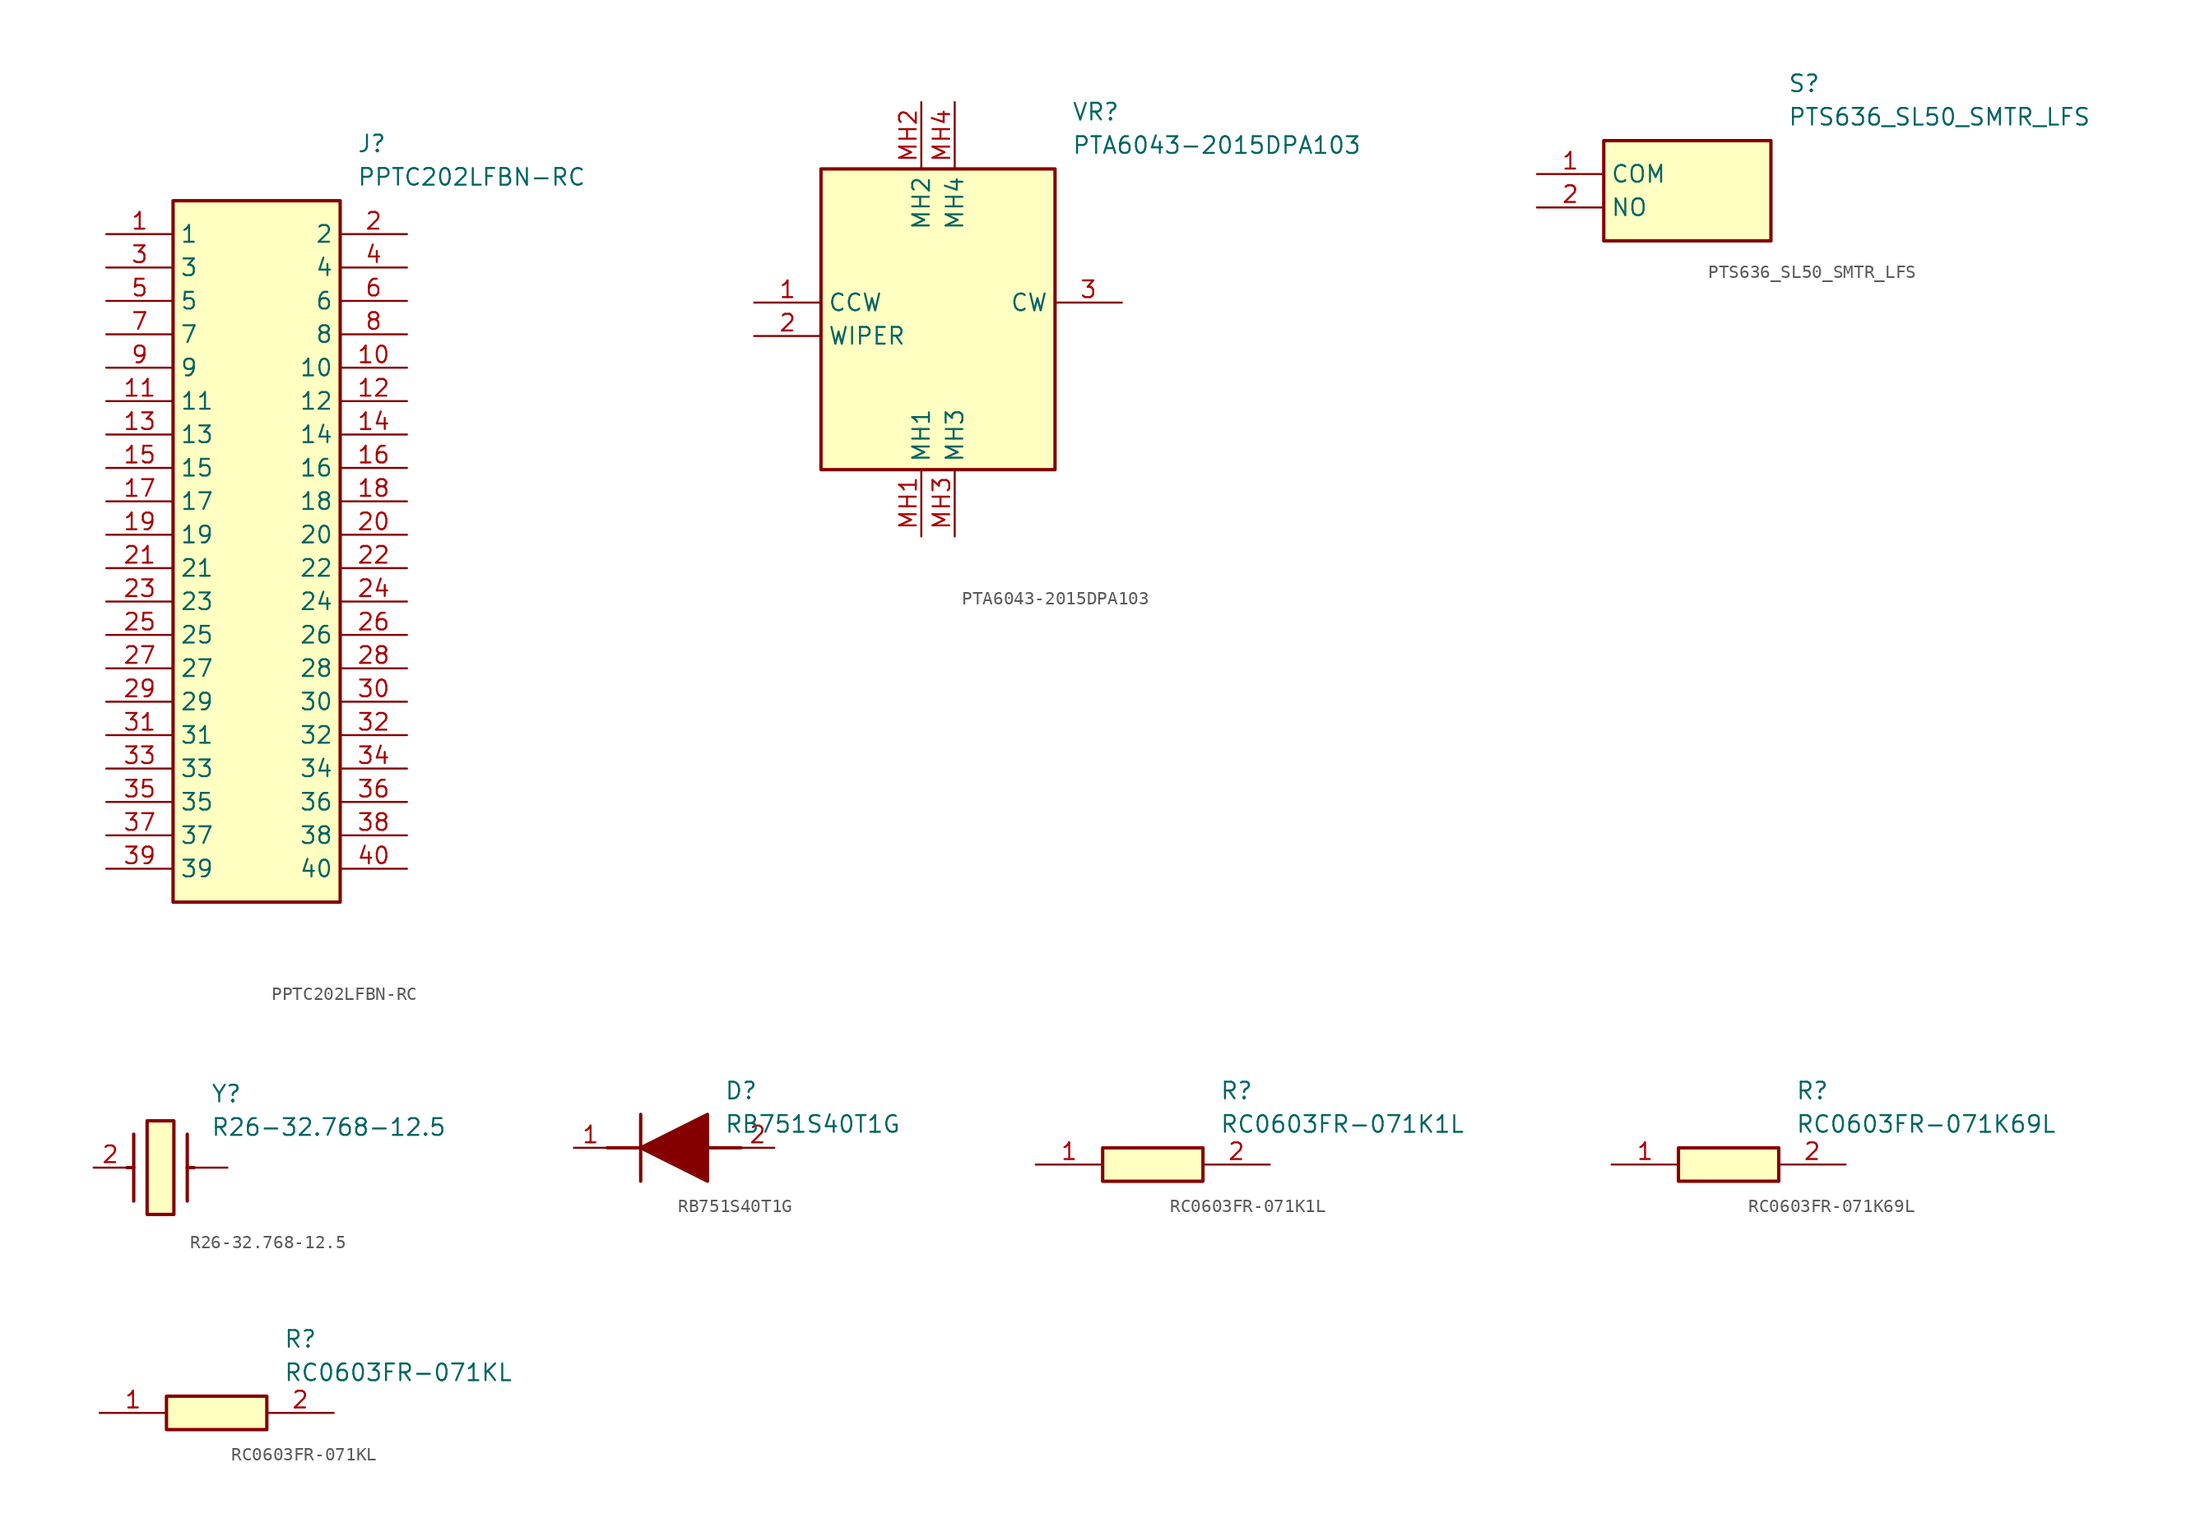
<source format=kicad_sym>
(kicad_symbol_lib
  (version 20231120)
  (generator "kicad_symbol_editor")
  (generator_version "8.0")
  (symbol "PPTC202LFBN-RC"
    (property "Reference" "J"
      (at 19.05 7.62 0)
      (effects (font (size 1.27 1.27)) (justify left top)))
    (property "Value" "PPTC202LFBN-RC"
      (at 19.05 5.08 0)
      (effects (font (size 1.27 1.27)) (justify left top)))
    (symbol "PPTC202LFBN-RC_1_1"
      (rectangle (start 5.08 2.54) (end 17.78 -50.8) (stroke (width 0.254) (type default)) (fill (type background)))
      (pin passive line (at 0 0 0) (length 5.08) (name "1" (effects (font (size 1.27 1.27)))) (number "1" (effects (font (size 1.27 1.27)))))
      (pin passive line (at 22.86 -10.16 180) (length 5.08) (name "10" (effects (font (size 1.27 1.27)))) (number "10" (effects (font (size 1.27 1.27)))))
      (pin passive line (at 0 -12.7 0) (length 5.08) (name "11" (effects (font (size 1.27 1.27)))) (number "11" (effects (font (size 1.27 1.27)))))
      (pin passive line (at 22.86 -12.7 180) (length 5.08) (name "12" (effects (font (size 1.27 1.27)))) (number "12" (effects (font (size 1.27 1.27)))))
      (pin passive line (at 0 -15.24 0) (length 5.08) (name "13" (effects (font (size 1.27 1.27)))) (number "13" (effects (font (size 1.27 1.27)))))
      (pin passive line (at 22.86 -15.24 180) (length 5.08) (name "14" (effects (font (size 1.27 1.27)))) (number "14" (effects (font (size 1.27 1.27)))))
      (pin passive line (at 0 -17.78 0) (length 5.08) (name "15" (effects (font (size 1.27 1.27)))) (number "15" (effects (font (size 1.27 1.27)))))
      (pin passive line (at 22.86 -17.78 180) (length 5.08) (name "16" (effects (font (size 1.27 1.27)))) (number "16" (effects (font (size 1.27 1.27)))))
      (pin passive line (at 0 -20.32 0) (length 5.08) (name "17" (effects (font (size 1.27 1.27)))) (number "17" (effects (font (size 1.27 1.27)))))
      (pin passive line (at 22.86 -20.32 180) (length 5.08) (name "18" (effects (font (size 1.27 1.27)))) (number "18" (effects (font (size 1.27 1.27)))))
      (pin passive line (at 0 -22.86 0) (length 5.08) (name "19" (effects (font (size 1.27 1.27)))) (number "19" (effects (font (size 1.27 1.27)))))
      (pin passive line (at 22.86 0 180) (length 5.08) (name "2" (effects (font (size 1.27 1.27)))) (number "2" (effects (font (size 1.27 1.27)))))
      (pin passive line (at 22.86 -22.86 180) (length 5.08) (name "20" (effects (font (size 1.27 1.27)))) (number "20" (effects (font (size 1.27 1.27)))))
      (pin passive line (at 0 -25.4 0) (length 5.08) (name "21" (effects (font (size 1.27 1.27)))) (number "21" (effects (font (size 1.27 1.27)))))
      (pin passive line (at 22.86 -25.4 180) (length 5.08) (name "22" (effects (font (size 1.27 1.27)))) (number "22" (effects (font (size 1.27 1.27)))))
      (pin passive line (at 0 -27.94 0) (length 5.08) (name "23" (effects (font (size 1.27 1.27)))) (number "23" (effects (font (size 1.27 1.27)))))
      (pin passive line (at 22.86 -27.94 180) (length 5.08) (name "24" (effects (font (size 1.27 1.27)))) (number "24" (effects (font (size 1.27 1.27)))))
      (pin passive line (at 0 -30.48 0) (length 5.08) (name "25" (effects (font (size 1.27 1.27)))) (number "25" (effects (font (size 1.27 1.27)))))
      (pin passive line (at 22.86 -30.48 180) (length 5.08) (name "26" (effects (font (size 1.27 1.27)))) (number "26" (effects (font (size 1.27 1.27)))))
      (pin passive line (at 0 -33.02 0) (length 5.08) (name "27" (effects (font (size 1.27 1.27)))) (number "27" (effects (font (size 1.27 1.27)))))
      (pin passive line (at 22.86 -33.02 180) (length 5.08) (name "28" (effects (font (size 1.27 1.27)))) (number "28" (effects (font (size 1.27 1.27)))))
      (pin passive line (at 0 -35.56 0) (length 5.08) (name "29" (effects (font (size 1.27 1.27)))) (number "29" (effects (font (size 1.27 1.27)))))
      (pin passive line (at 0 -2.54 0) (length 5.08) (name "3" (effects (font (size 1.27 1.27)))) (number "3" (effects (font (size 1.27 1.27)))))
      (pin passive line (at 22.86 -35.56 180) (length 5.08) (name "30" (effects (font (size 1.27 1.27)))) (number "30" (effects (font (size 1.27 1.27)))))
      (pin passive line (at 0 -38.1 0) (length 5.08) (name "31" (effects (font (size 1.27 1.27)))) (number "31" (effects (font (size 1.27 1.27)))))
      (pin passive line (at 22.86 -38.1 180) (length 5.08) (name "32" (effects (font (size 1.27 1.27)))) (number "32" (effects (font (size 1.27 1.27)))))
      (pin passive line (at 0 -40.64 0) (length 5.08) (name "33" (effects (font (size 1.27 1.27)))) (number "33" (effects (font (size 1.27 1.27)))))
      (pin passive line (at 22.86 -40.64 180) (length 5.08) (name "34" (effects (font (size 1.27 1.27)))) (number "34" (effects (font (size 1.27 1.27)))))
      (pin passive line (at 0 -43.18 0) (length 5.08) (name "35" (effects (font (size 1.27 1.27)))) (number "35" (effects (font (size 1.27 1.27)))))
      (pin passive line (at 22.86 -43.18 180) (length 5.08) (name "36" (effects (font (size 1.27 1.27)))) (number "36" (effects (font (size 1.27 1.27)))))
      (pin passive line (at 0 -45.72 0) (length 5.08) (name "37" (effects (font (size 1.27 1.27)))) (number "37" (effects (font (size 1.27 1.27)))))
      (pin passive line (at 22.86 -45.72 180) (length 5.08) (name "38" (effects (font (size 1.27 1.27)))) (number "38" (effects (font (size 1.27 1.27)))))
      (pin passive line (at 0 -48.26 0) (length 5.08) (name "39" (effects (font (size 1.27 1.27)))) (number "39" (effects (font (size 1.27 1.27)))))
      (pin passive line (at 22.86 -2.54 180) (length 5.08) (name "4" (effects (font (size 1.27 1.27)))) (number "4" (effects (font (size 1.27 1.27)))))
      (pin passive line (at 22.86 -48.26 180) (length 5.08) (name "40" (effects (font (size 1.27 1.27)))) (number "40" (effects (font (size 1.27 1.27)))))
      (pin passive line (at 0 -5.08 0) (length 5.08) (name "5" (effects (font (size 1.27 1.27)))) (number "5" (effects (font (size 1.27 1.27)))))
      (pin passive line (at 22.86 -5.08 180) (length 5.08) (name "6" (effects (font (size 1.27 1.27)))) (number "6" (effects (font (size 1.27 1.27)))))
      (pin passive line (at 0 -7.62 0) (length 5.08) (name "7" (effects (font (size 1.27 1.27)))) (number "7" (effects (font (size 1.27 1.27)))))
      (pin passive line (at 22.86 -7.62 180) (length 5.08) (name "8" (effects (font (size 1.27 1.27)))) (number "8" (effects (font (size 1.27 1.27)))))
      (pin passive line (at 0 -10.16 0) (length 5.08) (name "9" (effects (font (size 1.27 1.27)))) (number "9" (effects (font (size 1.27 1.27)))))))
  (symbol "PTA6043-2015DPA103"
    (property "Reference" "VR"
      (at 24.13 15.24 0)
      (effects (font (size 1.27 1.27)) (justify left top)))
    (property "Value" "PTA6043-2015DPA103"
      (at 24.13 12.7 0)
      (effects (font (size 1.27 1.27)) (justify left top)))
    (symbol "PTA6043-2015DPA103_1_1"
      (rectangle (start 5.08 10.16) (end 22.86 -12.7) (stroke (width 0.254) (type default)) (fill (type background)))
      (pin passive line (at 0 0 0) (length 5.08) (name "CCW" (effects (font (size 1.27 1.27)))) (number "1" (effects (font (size 1.27 1.27)))))
      (pin passive line (at 0 -2.54 0) (length 5.08) (name "WIPER" (effects (font (size 1.27 1.27)))) (number "2" (effects (font (size 1.27 1.27)))))
      (pin passive line (at 27.94 0 180) (length 5.08) (name "CW" (effects (font (size 1.27 1.27)))) (number "3" (effects (font (size 1.27 1.27)))))
      (pin passive line (at 12.7 -17.78 90) (length 5.08) (name "MH1" (effects (font (size 1.27 1.27)))) (number "MH1" (effects (font (size 1.27 1.27)))))
      (pin passive line (at 12.7 15.24 270) (length 5.08) (name "MH2" (effects (font (size 1.27 1.27)))) (number "MH2" (effects (font (size 1.27 1.27)))))
      (pin passive line (at 15.24 -17.78 90) (length 5.08) (name "MH3" (effects (font (size 1.27 1.27)))) (number "MH3" (effects (font (size 1.27 1.27)))))
      (pin passive line (at 15.24 15.24 270) (length 5.08) (name "MH4" (effects (font (size 1.27 1.27)))) (number "MH4" (effects (font (size 1.27 1.27)))))))
  (symbol "PTS636_SL50_SMTR_LFS"
    (property "Reference" "S"
      (at 19.05 7.62 0)
      (effects (font (size 1.27 1.27)) (justify left top)))
    (property "Value" "PTS636_SL50_SMTR_LFS"
      (at 19.05 5.08 0)
      (effects (font (size 1.27 1.27)) (justify left top)))
    (symbol "PTS636_SL50_SMTR_LFS_1_1"
      (rectangle (start 5.08 2.54) (end 17.78 -5.08) (stroke (width 0.254) (type default)) (fill (type background)))
      (pin passive line (at 0 0 0) (length 5.08) (name "COM" (effects (font (size 1.27 1.27)))) (number "1" (effects (font (size 1.27 1.27)))))
      (pin passive line (at 0 -2.54 0) (length 5.08) (name "NO" (effects (font (size 1.27 1.27)))) (number "2" (effects (font (size 1.27 1.27)))))))
  (symbol "R26-32.768-12.5"
    (pin_names hide)
    (property "Reference" "Y"
      (at 8.89 6.35 0)
      (effects (font (size 1.27 1.27)) (justify left top)))
    (property "Value" "R26-32.768-12.5"
      (at 8.89 3.81 0)
      (effects (font (size 1.27 1.27)) (justify left top)))
    (symbol "R26-32.768-12.5_1_1"
      (polyline (pts (xy 3.048 0) (xy 2.54 0)) (stroke (width 0.254) (type default)) (fill (type none)))
      (polyline (pts (xy 3.048 2.54) (xy 3.048 -2.54)) (stroke (width 0.254) (type default)) (fill (type none)))
      (polyline (pts (xy 7.112 0) (xy 7.62 0)) (stroke (width 0.254) (type default)) (fill (type none)))
      (polyline (pts (xy 7.112 2.54) (xy 7.112 -2.54)) (stroke (width 0.254) (type default)) (fill (type none)))
      (rectangle (start 4.064 3.556) (end 6.096 -3.556) (stroke (width 0.254) (type default)) (fill (type background)))
      (pin passive line (at 10.16 0 180) (length 2.54) (name "" (effects (font (size 1.27 1.27)))) (number "" (effects (font (size 1.27 1.27)))))
      (pin passive line (at 0 0 0) (length 2.54) (name "CRYSTAL_2" (effects (font (size 1.27 1.27)))) (number "2" (effects (font (size 1.27 1.27)))))))
  (symbol "RB751S40T1G"
    (pin_names hide)
    (property "Reference" "D"
      (at 11.43 5.08 0)
      (effects (font (size 1.27 1.27)) (justify left top)))
    (property "Value" "RB751S40T1G"
      (at 11.43 2.54 0)
      (effects (font (size 1.27 1.27)) (justify left top)))
    (symbol "RB751S40T1G_1_1"
      (polyline (pts (xy 2.54 0) (xy 5.08 0)) (stroke (width 0.254) (type default)) (fill (type none)))
      (polyline (pts (xy 5.08 2.54) (xy 5.08 -2.54)) (stroke (width 0.254) (type default)) (fill (type none)))
      (polyline (pts (xy 10.16 0) (xy 12.7 0)) (stroke (width 0.254) (type default)) (fill (type none)))
      (polyline (pts (xy 5.08 0) (xy 10.16 2.54) (xy 10.16 -2.54) (xy 5.08 0)) (stroke (width 0.254) (type default)) (fill (type outline)))
      (pin passive line (at 0 0 0) (length 2.54) (name "K" (effects (font (size 1.27 1.27)))) (number "1" (effects (font (size 1.27 1.27)))))
      (pin passive line (at 15.24 0 180) (length 2.54) (name "A" (effects (font (size 1.27 1.27)))) (number "2" (effects (font (size 1.27 1.27)))))))
  (symbol "RC0603FR-071K1L"
    (pin_names hide)
    (property "Reference" "R"
      (at 13.97 6.35 0)
      (effects (font (size 1.27 1.27)) (justify left top)))
    (property "Value" "RC0603FR-071K1L"
      (at 13.97 3.81 0)
      (effects (font (size 1.27 1.27)) (justify left top)))
    (symbol "RC0603FR-071K1L_1_1"
      (rectangle (start 5.08 1.27) (end 12.7 -1.27) (stroke (width 0.254) (type default)) (fill (type background)))
      (pin passive line (at 0 0 0) (length 5.08) (name "1" (effects (font (size 1.27 1.27)))) (number "1" (effects (font (size 1.27 1.27)))))
      (pin passive line (at 17.78 0 180) (length 5.08) (name "2" (effects (font (size 1.27 1.27)))) (number "2" (effects (font (size 1.27 1.27)))))))
  (symbol "RC0603FR-071K69L"
    (pin_names hide)
    (property "Reference" "R"
      (at 13.97 6.35 0)
      (effects (font (size 1.27 1.27)) (justify left top)))
    (property "Value" "RC0603FR-071K69L"
      (at 13.97 3.81 0)
      (effects (font (size 1.27 1.27)) (justify left top)))
    (symbol "RC0603FR-071K69L_1_1"
      (rectangle (start 5.08 1.27) (end 12.7 -1.27) (stroke (width 0.254) (type default)) (fill (type background)))
      (pin passive line (at 0 0 0) (length 5.08) (name "1" (effects (font (size 1.27 1.27)))) (number "1" (effects (font (size 1.27 1.27)))))
      (pin passive line (at 17.78 0 180) (length 5.08) (name "2" (effects (font (size 1.27 1.27)))) (number "2" (effects (font (size 1.27 1.27)))))))
  (symbol "RC0603FR-071KL"
    (pin_names hide)
    (property "Reference" "R"
      (at 13.97 6.35 0)
      (effects (font (size 1.27 1.27)) (justify left top)))
    (property "Value" "RC0603FR-071KL"
      (at 13.97 3.81 0)
      (effects (font (size 1.27 1.27)) (justify left top)))
    (symbol "RC0603FR-071KL_1_1"
      (rectangle (start 5.08 1.27) (end 12.7 -1.27) (stroke (width 0.254) (type default)) (fill (type background)))
      (pin passive line (at 0 0 0) (length 5.08) (name "1" (effects (font (size 1.27 1.27)))) (number "1" (effects (font (size 1.27 1.27)))))
      (pin passive line (at 17.78 0 180) (length 5.08) (name "2" (effects (font (size 1.27 1.27)))) (number "2" (effects (font (size 1.27 1.27))))))))
</source>
